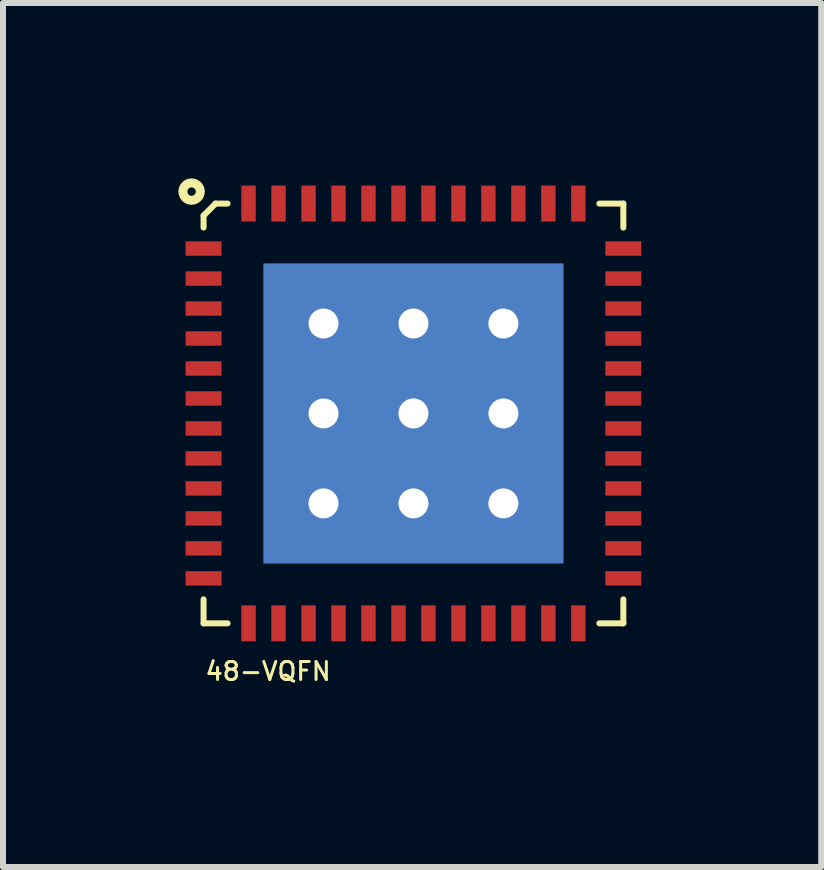
<source format=kicad_pcb>
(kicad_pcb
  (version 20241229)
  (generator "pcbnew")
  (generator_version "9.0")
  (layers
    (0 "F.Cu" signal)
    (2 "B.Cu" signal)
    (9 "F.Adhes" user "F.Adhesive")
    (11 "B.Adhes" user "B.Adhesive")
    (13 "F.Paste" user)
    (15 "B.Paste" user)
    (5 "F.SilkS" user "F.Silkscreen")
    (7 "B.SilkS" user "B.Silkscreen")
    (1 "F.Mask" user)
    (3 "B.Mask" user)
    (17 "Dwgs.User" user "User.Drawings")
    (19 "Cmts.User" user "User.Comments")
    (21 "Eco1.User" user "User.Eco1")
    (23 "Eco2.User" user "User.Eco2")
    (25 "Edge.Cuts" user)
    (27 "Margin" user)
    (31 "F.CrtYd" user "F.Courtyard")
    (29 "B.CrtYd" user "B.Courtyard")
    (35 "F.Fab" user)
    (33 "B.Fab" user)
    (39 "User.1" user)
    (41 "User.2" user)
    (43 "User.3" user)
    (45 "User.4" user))
  (footprint "48-VQFN"
    (layer "F.Cu")
    (at 0.345 7.345)
    (property "Reference" "48-VQFN" (at 0 0.8 0) (unlocked yes) (layer "F.SilkS") (effects (font (size 0.3 0.3) (thickness 0.05) (bold yes)) (justify left)))
    (attr smd)
    (fp_line (start 0 -6.6) (end 0 -6.8) (stroke (width 0.1) (type default)) (layer "F.SilkS"))
    (fp_line (start 0 0) (end 0 -0.4) (stroke (width 0.1) (type default)) (layer "F.SilkS"))
    (fp_line (start 0.2 -7) (end 0 -6.8) (stroke (width 0.1) (type default)) (layer "F.SilkS"))
    (fp_line (start 0.2 -7) (end 0.4 -7) (stroke (width 0.1) (type default)) (layer "F.SilkS"))
    (fp_line (start 0.4 0) (end 0 0) (stroke (width 0.1) (type default)) (layer "F.SilkS"))
    (fp_line (start 6.6 -7) (end 7 -7) (stroke (width 0.1) (type default)) (layer "F.SilkS"))
    (fp_line (start 7 -7) (end 7 -6.6) (stroke (width 0.1) (type default)) (layer "F.SilkS"))
    (fp_line (start 7 -0.4) (end 7 0) (stroke (width 0.1) (type default)) (layer "F.SilkS"))
    (fp_line (start 7 0) (end 6.6 0) (stroke (width 0.1) (type default)) (layer "F.SilkS"))
    (fp_circle (center -0.2 -7.2) (end -0.13 -7.2) (stroke (width 0.15) (type solid)) (fill no) (layer "F.SilkS"))
    (pad "1" smd rect (at 0 -6.25) (size 0.6 0.24) (layers "F.Cu" "F.Mask" "F.Paste"))
    (pad "2" smd rect (at 0 -5.75) (size 0.6 0.24) (layers "F.Cu" "F.Mask" "F.Paste"))
    (pad "3" smd rect (at 0 -5.25) (size 0.6 0.24) (layers "F.Cu" "F.Mask" "F.Paste"))
    (pad "4" smd rect (at 0 -4.75) (size 0.6 0.24) (layers "F.Cu" "F.Mask" "F.Paste"))
    (pad "5" smd rect (at 0 -4.25) (size 0.6 0.24) (layers "F.Cu" "F.Mask" "F.Paste"))
    (pad "6" smd rect (at 0 -3.75) (size 0.6 0.24) (layers "F.Cu" "F.Mask" "F.Paste"))
    (pad "7" smd rect (at 0 -3.25) (size 0.6 0.24) (layers "F.Cu" "F.Mask" "F.Paste"))
    (pad "8" smd rect (at 0 -2.75) (size 0.6 0.24) (layers "F.Cu" "F.Mask" "F.Paste"))
    (pad "9" smd rect (at 0 -2.25) (size 0.6 0.24) (layers "F.Cu" "F.Mask" "F.Paste"))
    (pad "10" smd rect (at 0 -1.75) (size 0.6 0.24) (layers "F.Cu" "F.Mask" "F.Paste"))
    (pad "11" smd rect (at 0 -1.25) (size 0.6 0.24) (layers "F.Cu" "F.Mask" "F.Paste"))
    (pad "12" smd rect (at 0 -0.75) (size 0.6 0.24) (layers "F.Cu" "F.Mask" "F.Paste"))
    (pad "13" smd rect (at 0.75 0 270) (size 0.6 0.24) (layers "F.Cu" "F.Mask" "F.Paste"))
    (pad "14" smd rect (at 1.25 0 270) (size 0.6 0.24) (layers "F.Cu" "F.Mask" "F.Paste"))
    (pad "15" smd rect (at 1.75 0 270) (size 0.6 0.24) (layers "F.Cu" "F.Mask" "F.Paste"))
    (pad "16" smd rect (at 2.25 0 270) (size 0.6 0.24) (layers "F.Cu" "F.Mask" "F.Paste"))
    (pad "17" smd rect (at 2.75 0 270) (size 0.6 0.24) (layers "F.Cu" "F.Mask" "F.Paste"))
    (pad "18" smd rect (at 3.25 0 270) (size 0.6 0.24) (layers "F.Cu" "F.Mask" "F.Paste"))
    (pad "19" smd rect (at 3.75 0 270) (size 0.6 0.24) (layers "F.Cu" "F.Mask" "F.Paste"))
    (pad "20" smd rect (at 4.25 0 270) (size 0.6 0.24) (layers "F.Cu" "F.Mask" "F.Paste"))
    (pad "21" smd rect (at 4.75 0 270) (size 0.6 0.24) (layers "F.Cu" "F.Mask" "F.Paste"))
    (pad "22" smd rect (at 5.25 0 270) (size 0.6 0.24) (layers "F.Cu" "F.Mask" "F.Paste"))
    (pad "23" smd rect (at 5.75 0 270) (size 0.6 0.24) (layers "F.Cu" "F.Mask" "F.Paste"))
    (pad "24" smd rect (at 6.25 0 270) (size 0.6 0.24) (layers "F.Cu" "F.Mask" "F.Paste"))
    (pad "25" smd rect (at 7 -0.75 180) (size 0.6 0.24) (layers "F.Cu" "F.Mask" "F.Paste"))
    (pad "26" smd rect (at 7 -1.25 180) (size 0.6 0.24) (layers "F.Cu" "F.Mask" "F.Paste"))
    (pad "27" smd rect (at 7 -1.75 180) (size 0.6 0.24) (layers "F.Cu" "F.Mask" "F.Paste"))
    (pad "28" smd rect (at 7 -2.25 180) (size 0.6 0.24) (layers "F.Cu" "F.Mask" "F.Paste"))
    (pad "29" smd rect (at 7 -2.75 180) (size 0.6 0.24) (layers "F.Cu" "F.Mask" "F.Paste"))
    (pad "30" smd rect (at 7 -3.25 180) (size 0.6 0.24) (layers "F.Cu" "F.Mask" "F.Paste"))
    (pad "31" smd rect (at 7 -3.75 180) (size 0.6 0.24) (layers "F.Cu" "F.Mask" "F.Paste"))
    (pad "32" smd rect (at 7 -4.25 180) (size 0.6 0.24) (layers "F.Cu" "F.Mask" "F.Paste"))
    (pad "33" smd rect (at 7 -4.75 180) (size 0.6 0.24) (layers "F.Cu" "F.Mask" "F.Paste"))
    (pad "34" smd rect (at 7 -5.25 180) (size 0.6 0.24) (layers "F.Cu" "F.Mask" "F.Paste"))
    (pad "35" smd rect (at 7 -5.75 180) (size 0.6 0.24) (layers "F.Cu" "F.Mask" "F.Paste"))
    (pad "36" smd rect (at 7 -6.25 180) (size 0.6 0.24) (layers "F.Cu" "F.Mask" "F.Paste"))
    (pad "37" smd rect (at 6.25 -7 270) (size 0.6 0.24) (layers "F.Cu" "F.Mask" "F.Paste"))
    (pad "38" smd rect (at 5.75 -7 270) (size 0.6 0.24) (layers "F.Cu" "F.Mask" "F.Paste"))
    (pad "39" smd rect (at 5.25 -7 270) (size 0.6 0.24) (layers "F.Cu" "F.Mask" "F.Paste"))
    (pad "40" smd rect (at 4.75 -7 270) (size 0.6 0.24) (layers "F.Cu" "F.Mask" "F.Paste"))
    (pad "41" smd rect (at 4.25 -7 270) (size 0.6 0.24) (layers "F.Cu" "F.Mask" "F.Paste"))
    (pad "42" smd rect (at 3.75 -7 270) (size 0.6 0.24) (layers "F.Cu" "F.Mask" "F.Paste"))
    (pad "43" smd rect (at 3.25 -7 270) (size 0.6 0.24) (layers "F.Cu" "F.Mask" "F.Paste"))
    (pad "44" smd rect (at 2.75 -7 270) (size 0.6 0.24) (layers "F.Cu" "F.Mask" "F.Paste"))
    (pad "45" smd rect (at 2.25 -7 270) (size 0.6 0.24) (layers "F.Cu" "F.Mask" "F.Paste"))
    (pad "46" smd rect (at 1.75 -7 270) (size 0.6 0.24) (layers "F.Cu" "F.Mask" "F.Paste"))
    (pad "47" smd rect (at 1.25 -7 270) (size 0.6 0.24) (layers "F.Cu" "F.Mask" "F.Paste"))
    (pad "48" smd rect (at 0.75 -7 270) (size 0.6 0.24) (layers "F.Cu" "F.Mask" "F.Paste"))
    (pad "Shield" thru_hole circle (at 2 -5) (size 0.8 0.8) (drill 0.5) (layers "*.Cu" "*.Mask"))
    (pad "Shield" thru_hole circle (at 2 -3.5) (size 0.8 0.8) (drill 0.5) (layers "*.Cu" "*.Mask"))
    (pad "Shield" thru_hole circle (at 2 -2) (size 0.8 0.8) (drill 0.5) (layers "*.Cu" "*.Mask"))
    (pad "Shield" thru_hole circle (at 3.5 -5) (size 0.8 0.8) (drill 0.5) (layers "*.Cu" "*.Mask"))
    (pad "Shield" thru_hole circle (at 3.5 -3.5) (size 0.8 0.8) (drill 0.5) (layers "*.Cu" "*.Mask"))
    (pad "Shield" smd rect (at 3.5 -3.5) (size 5 5) (layers "F.Cu" "F.Mask" "F.Paste"))
    (pad "Shield" smd rect (at 3.5 -3.5) (size 5 5) (layers "B.Cu" "B.Mask" "B.Paste"))
    (pad "Shield" thru_hole circle (at 3.5 -2) (size 0.8 0.8) (drill 0.5) (layers "*.Cu" "*.Mask"))
    (pad "Shield" thru_hole circle (at 5 -5) (size 0.8 0.8) (drill 0.5) (layers "*.Cu" "*.Mask"))
    (pad "Shield" thru_hole circle (at 5 -3.5) (size 0.8 0.8) (drill 0.5) (layers "*.Cu" "*.Mask"))
    (pad "Shield" thru_hole circle (at 5 -2) (size 0.8 0.8) (drill 0.5) (layers "*.Cu" "*.Mask")))
  (gr_rect
    (start -3 -3)
    (end 10.645 11.408)
    (stroke (width 0.1) (type default))
    (fill no)
    (layer "Edge.Cuts")))
</source>
